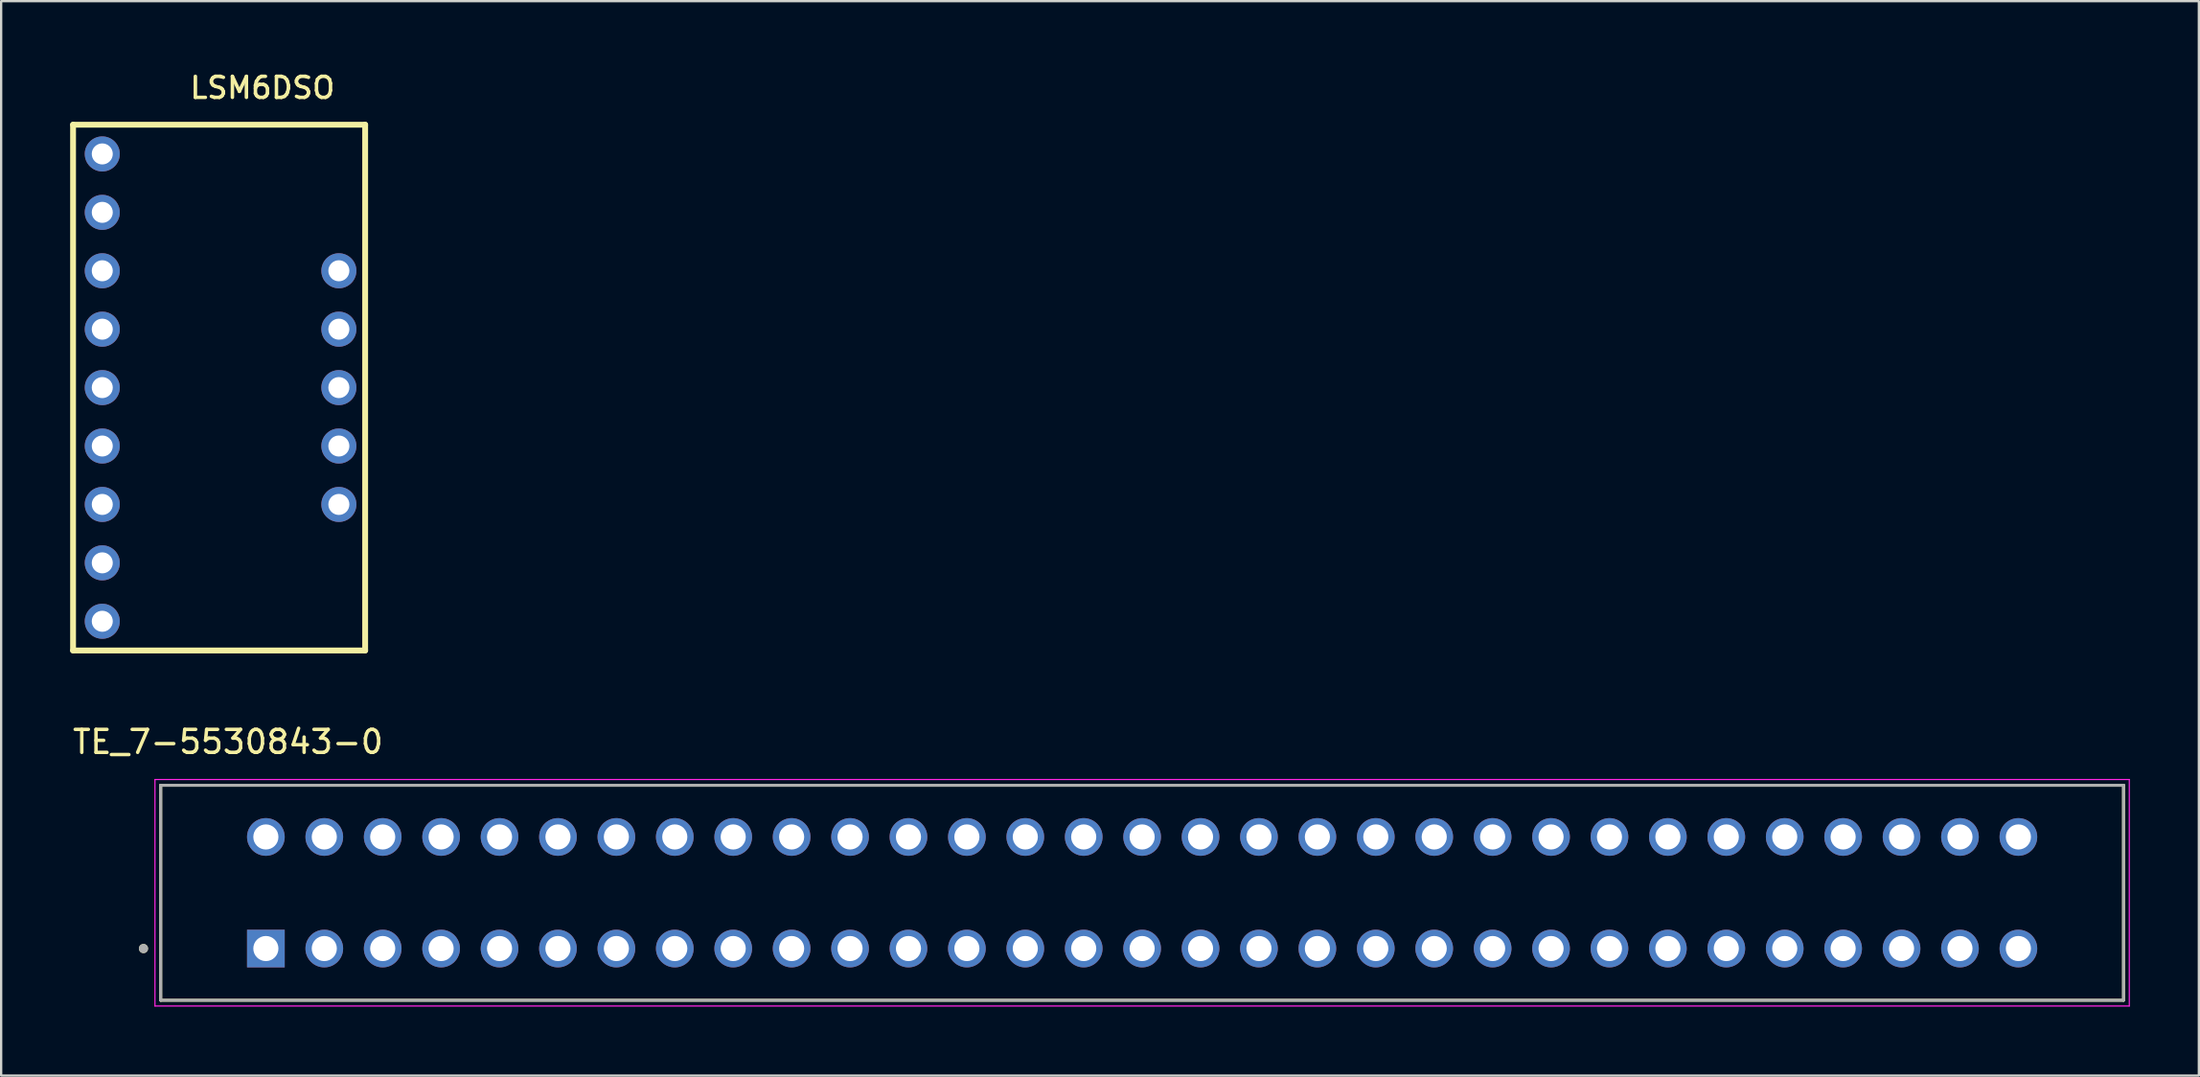
<source format=kicad_pcb>
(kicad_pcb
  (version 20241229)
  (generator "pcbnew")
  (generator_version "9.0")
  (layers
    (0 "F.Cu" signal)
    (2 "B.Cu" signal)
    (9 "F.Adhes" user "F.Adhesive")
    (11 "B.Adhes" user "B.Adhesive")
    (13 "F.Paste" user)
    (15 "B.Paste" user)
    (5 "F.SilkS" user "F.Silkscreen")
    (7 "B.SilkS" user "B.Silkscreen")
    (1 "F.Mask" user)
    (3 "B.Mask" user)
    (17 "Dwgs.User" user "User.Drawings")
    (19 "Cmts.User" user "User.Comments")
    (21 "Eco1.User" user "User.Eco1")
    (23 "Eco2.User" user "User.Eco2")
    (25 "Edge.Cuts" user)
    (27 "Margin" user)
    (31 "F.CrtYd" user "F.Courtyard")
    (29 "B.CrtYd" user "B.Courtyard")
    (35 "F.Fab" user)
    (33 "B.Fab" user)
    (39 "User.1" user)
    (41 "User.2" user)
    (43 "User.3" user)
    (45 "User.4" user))
  (footprint "TE_7-5530843-0"
    (layer "F.Cu")
    (at 46.61 35.767)
    (property "Reference" "TE_7-5530843-0" (at -39.747 -6.559 0) (layer "F.SilkS") (effects (font (size 1 1) (thickness 0.15))))
    (attr through_hole)
    (fp_line (start -42.672 -4.674) (end 42.672 -4.674) (stroke (width 0.127) (type solid)) (layer "F.SilkS"))
    (fp_line (start -42.672 4.674) (end -42.672 -4.674) (stroke (width 0.127) (type solid)) (layer "F.SilkS"))
    (fp_line (start 42.672 -4.674) (end 42.672 4.674) (stroke (width 0.127) (type solid)) (layer "F.SilkS"))
    (fp_line (start 42.672 4.674) (end -42.672 4.674) (stroke (width 0.127) (type solid)) (layer "F.SilkS"))
    (fp_circle (center -43.422 2.426) (end -43.322 2.426) (stroke (width 0.2) (type solid)) (fill no) (layer "F.SilkS"))
    (fp_line (start -42.922 -4.924) (end -42.922 4.924) (stroke (width 0.05) (type solid)) (layer "F.CrtYd"))
    (fp_line (start -42.922 4.924) (end 42.922 4.924) (stroke (width 0.05) (type solid)) (layer "F.CrtYd"))
    (fp_line (start 42.922 -4.924) (end -42.922 -4.924) (stroke (width 0.05) (type solid)) (layer "F.CrtYd"))
    (fp_line (start 42.922 4.924) (end 42.922 -4.924) (stroke (width 0.05) (type solid)) (layer "F.CrtYd"))
    (fp_line (start -42.672 -4.674) (end 42.672 -4.674) (stroke (width 0.127) (type solid)) (layer "F.Fab"))
    (fp_line (start -42.672 4.674) (end -42.672 -4.674) (stroke (width 0.127) (type solid)) (layer "F.Fab"))
    (fp_line (start 42.672 -4.674) (end 42.672 4.674) (stroke (width 0.127) (type solid)) (layer "F.Fab"))
    (fp_line (start 42.672 4.674) (end -42.672 4.674) (stroke (width 0.127) (type solid)) (layer "F.Fab"))
    (fp_circle (center -43.422 2.426) (end -43.322 2.426) (stroke (width 0.2) (type solid)) (fill no) (layer "F.Fab"))
    (pad "1" thru_hole rect (at -38.1 2.426) (size 1.638 1.638) (drill 1.092) (layers "*.Cu" "*.Mask"))
    (pad "2" thru_hole circle (at -38.1 -2.426) (size 1.638 1.638) (drill 1.092) (layers "*.Cu" "*.Mask"))
    (pad "3" thru_hole circle (at -35.56 2.426) (size 1.638 1.638) (drill 1.092) (layers "*.Cu" "*.Mask"))
    (pad "4" thru_hole circle (at -35.56 -2.426) (size 1.638 1.638) (drill 1.092) (layers "*.Cu" "*.Mask"))
    (pad "5" thru_hole circle (at -33.02 2.426) (size 1.638 1.638) (drill 1.092) (layers "*.Cu" "*.Mask"))
    (pad "6" thru_hole circle (at -33.02 -2.426) (size 1.638 1.638) (drill 1.092) (layers "*.Cu" "*.Mask"))
    (pad "7" thru_hole circle (at -30.48 2.426) (size 1.638 1.638) (drill 1.092) (layers "*.Cu" "*.Mask"))
    (pad "8" thru_hole circle (at -30.48 -2.426) (size 1.638 1.638) (drill 1.092) (layers "*.Cu" "*.Mask"))
    (pad "9" thru_hole circle (at -27.94 2.426) (size 1.638 1.638) (drill 1.092) (layers "*.Cu" "*.Mask"))
    (pad "10" thru_hole circle (at -27.94 -2.426) (size 1.638 1.638) (drill 1.092) (layers "*.Cu" "*.Mask"))
    (pad "11" thru_hole circle (at -25.4 2.426) (size 1.638 1.638) (drill 1.092) (layers "*.Cu" "*.Mask"))
    (pad "12" thru_hole circle (at -25.4 -2.426) (size 1.638 1.638) (drill 1.092) (layers "*.Cu" "*.Mask"))
    (pad "13" thru_hole circle (at -22.86 2.426) (size 1.638 1.638) (drill 1.092) (layers "*.Cu" "*.Mask"))
    (pad "14" thru_hole circle (at -22.86 -2.426) (size 1.638 1.638) (drill 1.092) (layers "*.Cu" "*.Mask"))
    (pad "15" thru_hole circle (at -20.32 2.426) (size 1.638 1.638) (drill 1.092) (layers "*.Cu" "*.Mask"))
    (pad "16" thru_hole circle (at -20.32 -2.426) (size 1.638 1.638) (drill 1.092) (layers "*.Cu" "*.Mask"))
    (pad "17" thru_hole circle (at -17.78 2.426) (size 1.638 1.638) (drill 1.092) (layers "*.Cu" "*.Mask"))
    (pad "18" thru_hole circle (at -17.78 -2.426) (size 1.638 1.638) (drill 1.092) (layers "*.Cu" "*.Mask"))
    (pad "19" thru_hole circle (at -15.24 2.426) (size 1.638 1.638) (drill 1.092) (layers "*.Cu" "*.Mask"))
    (pad "20" thru_hole circle (at -15.24 -2.426) (size 1.638 1.638) (drill 1.092) (layers "*.Cu" "*.Mask"))
    (pad "21" thru_hole circle (at -12.7 2.426) (size 1.638 1.638) (drill 1.092) (layers "*.Cu" "*.Mask"))
    (pad "22" thru_hole circle (at -12.7 -2.426) (size 1.638 1.638) (drill 1.092) (layers "*.Cu" "*.Mask"))
    (pad "23" thru_hole circle (at -10.16 2.426) (size 1.638 1.638) (drill 1.092) (layers "*.Cu" "*.Mask"))
    (pad "24" thru_hole circle (at -10.16 -2.426) (size 1.638 1.638) (drill 1.092) (layers "*.Cu" "*.Mask"))
    (pad "25" thru_hole circle (at -7.62 2.426) (size 1.638 1.638) (drill 1.092) (layers "*.Cu" "*.Mask"))
    (pad "26" thru_hole circle (at -7.62 -2.426) (size 1.638 1.638) (drill 1.092) (layers "*.Cu" "*.Mask"))
    (pad "27" thru_hole circle (at -5.08 2.426) (size 1.638 1.638) (drill 1.092) (layers "*.Cu" "*.Mask"))
    (pad "28" thru_hole circle (at -5.08 -2.426) (size 1.638 1.638) (drill 1.092) (layers "*.Cu" "*.Mask"))
    (pad "29" thru_hole circle (at -2.54 2.426) (size 1.638 1.638) (drill 1.092) (layers "*.Cu" "*.Mask"))
    (pad "30" thru_hole circle (at -2.54 -2.426) (size 1.638 1.638) (drill 1.092) (layers "*.Cu" "*.Mask"))
    (pad "31" thru_hole circle (at 0 2.426) (size 1.638 1.638) (drill 1.092) (layers "*.Cu" "*.Mask"))
    (pad "32" thru_hole circle (at 0 -2.426) (size 1.638 1.638) (drill 1.092) (layers "*.Cu" "*.Mask"))
    (pad "33" thru_hole circle (at 2.54 2.426) (size 1.638 1.638) (drill 1.092) (layers "*.Cu" "*.Mask"))
    (pad "34" thru_hole circle (at 2.54 -2.426) (size 1.638 1.638) (drill 1.092) (layers "*.Cu" "*.Mask"))
    (pad "35" thru_hole circle (at 5.08 2.426) (size 1.638 1.638) (drill 1.092) (layers "*.Cu" "*.Mask"))
    (pad "36" thru_hole circle (at 5.08 -2.426) (size 1.638 1.638) (drill 1.092) (layers "*.Cu" "*.Mask"))
    (pad "37" thru_hole circle (at 7.62 2.426) (size 1.638 1.638) (drill 1.092) (layers "*.Cu" "*.Mask"))
    (pad "38" thru_hole circle (at 7.62 -2.426) (size 1.638 1.638) (drill 1.092) (layers "*.Cu" "*.Mask"))
    (pad "39" thru_hole circle (at 10.16 2.426) (size 1.638 1.638) (drill 1.092) (layers "*.Cu" "*.Mask"))
    (pad "40" thru_hole circle (at 10.16 -2.426) (size 1.638 1.638) (drill 1.092) (layers "*.Cu" "*.Mask"))
    (pad "41" thru_hole circle (at 12.7 2.426) (size 1.638 1.638) (drill 1.092) (layers "*.Cu" "*.Mask"))
    (pad "42" thru_hole circle (at 12.7 -2.426) (size 1.638 1.638) (drill 1.092) (layers "*.Cu" "*.Mask"))
    (pad "43" thru_hole circle (at 15.24 2.426) (size 1.638 1.638) (drill 1.092) (layers "*.Cu" "*.Mask"))
    (pad "44" thru_hole circle (at 15.24 -2.426) (size 1.638 1.638) (drill 1.092) (layers "*.Cu" "*.Mask"))
    (pad "45" thru_hole circle (at 17.78 2.426) (size 1.638 1.638) (drill 1.092) (layers "*.Cu" "*.Mask"))
    (pad "46" thru_hole circle (at 17.78 -2.426) (size 1.638 1.638) (drill 1.092) (layers "*.Cu" "*.Mask"))
    (pad "47" thru_hole circle (at 20.32 2.426) (size 1.638 1.638) (drill 1.092) (layers "*.Cu" "*.Mask"))
    (pad "48" thru_hole circle (at 20.32 -2.426) (size 1.638 1.638) (drill 1.092) (layers "*.Cu" "*.Mask"))
    (pad "49" thru_hole circle (at 22.86 2.426) (size 1.638 1.638) (drill 1.092) (layers "*.Cu" "*.Mask"))
    (pad "50" thru_hole circle (at 22.86 -2.426) (size 1.638 1.638) (drill 1.092) (layers "*.Cu" "*.Mask"))
    (pad "51" thru_hole circle (at 25.4 2.426) (size 1.638 1.638) (drill 1.092) (layers "*.Cu" "*.Mask"))
    (pad "52" thru_hole circle (at 25.4 -2.426) (size 1.638 1.638) (drill 1.092) (layers "*.Cu" "*.Mask"))
    (pad "53" thru_hole circle (at 27.94 2.426) (size 1.638 1.638) (drill 1.092) (layers "*.Cu" "*.Mask"))
    (pad "54" thru_hole circle (at 27.94 -2.426) (size 1.638 1.638) (drill 1.092) (layers "*.Cu" "*.Mask"))
    (pad "55" thru_hole circle (at 30.48 2.426) (size 1.638 1.638) (drill 1.092) (layers "*.Cu" "*.Mask"))
    (pad "56" thru_hole circle (at 30.48 -2.426) (size 1.638 1.638) (drill 1.092) (layers "*.Cu" "*.Mask"))
    (pad "57" thru_hole circle (at 33.02 2.426) (size 1.638 1.638) (drill 1.092) (layers "*.Cu" "*.Mask"))
    (pad "58" thru_hole circle (at 33.02 -2.426) (size 1.638 1.638) (drill 1.092) (layers "*.Cu" "*.Mask"))
    (pad "59" thru_hole circle (at 35.56 2.426) (size 1.638 1.638) (drill 1.092) (layers "*.Cu" "*.Mask"))
    (pad "60" thru_hole circle (at 35.56 -2.426) (size 1.638 1.638) (drill 1.092) (layers "*.Cu" "*.Mask"))
    (pad "61" thru_hole circle (at 38.1 2.426) (size 1.638 1.638) (drill 1.092) (layers "*.Cu" "*.Mask"))
    (pad "62" thru_hole circle (at 38.1 -2.426) (size 1.638 1.638) (drill 1.092) (layers "*.Cu" "*.Mask")))
  (footprint "LSM6DSO"
    (layer "F.Cu")
    (at 6.627 14.233)
    (property "Reference" "LSM6DSO" (at -1.5 -14 0) (layer "F.SilkS") (effects (font (size 0.914 0.914) (thickness 0.152)) (justify left top)))
    (fp_line (start -6.5 -11.86) (end 6.2 -11.86) (stroke (width 0.254) (type default)) (layer "F.SilkS"))
    (fp_line (start -6.5 11) (end -6.5 -11.86) (stroke (width 0.254) (type default)) (layer "F.SilkS"))
    (fp_line (start 6.2 -11.86) (end 6.2 11) (stroke (width 0.254) (type default)) (layer "F.SilkS"))
    (fp_line (start 6.2 11) (end -6.5 11) (stroke (width 0.254) (type default)) (layer "F.SilkS"))
    (pad "1" thru_hole oval (at -5.23 -10.59 90) (size 1.524 1.524) (drill 0.914) (layers "*.Cu" "*.Mask"))
    (pad "2" thru_hole oval (at -5.23 -8.05 90) (size 1.524 1.524) (drill 0.914) (layers "*.Cu" "*.Mask"))
    (pad "3" thru_hole oval (at -5.23 -5.51 90) (size 1.524 1.524) (drill 0.914) (layers "*.Cu" "*.Mask"))
    (pad "4" thru_hole oval (at -5.23 -2.97 90) (size 1.524 1.524) (drill 0.914) (layers "*.Cu" "*.Mask"))
    (pad "5" thru_hole oval (at -5.23 -0.43 90) (size 1.524 1.524) (drill 0.914) (layers "*.Cu" "*.Mask"))
    (pad "6" thru_hole oval (at -5.23 2.11 90) (size 1.524 1.524) (drill 0.914) (layers "*.Cu" "*.Mask"))
    (pad "7" thru_hole oval (at -5.23 4.65) (size 1.524 1.524) (drill 0.914) (layers "*.Cu" "*.Mask"))
    (pad "8" thru_hole oval (at -5.23 7.19) (size 1.524 1.524) (drill 0.914) (layers "*.Cu" "*.Mask"))
    (pad "9" thru_hole oval (at -5.23 9.73) (size 1.524 1.524) (drill 0.914) (layers "*.Cu" "*.Mask"))
    (pad "10" thru_hole oval (at 5.057 -5.51 90) (size 1.524 1.524) (drill 0.914) (layers "*.Cu" "*.Mask"))
    (pad "11" thru_hole oval (at 5.057 -2.97 90) (size 1.524 1.524) (drill 0.914) (layers "*.Cu" "*.Mask"))
    (pad "12" thru_hole oval (at 5.057 -0.43 90) (size 1.524 1.524) (drill 0.914) (layers "*.Cu" "*.Mask"))
    (pad "13" thru_hole oval (at 5.057 2.11 90) (size 1.524 1.524) (drill 0.914) (layers "*.Cu" "*.Mask"))
    (pad "14" thru_hole oval (at 5.057 4.65 90) (size 1.524 1.524) (drill 0.914) (layers "*.Cu" "*.Mask")))
  (gr_rect
    (start -3 -3)
    (end 92.557 43.716)
    (stroke (width 0.1) (type default))
    (fill no)
    (layer "Edge.Cuts")))
</source>
